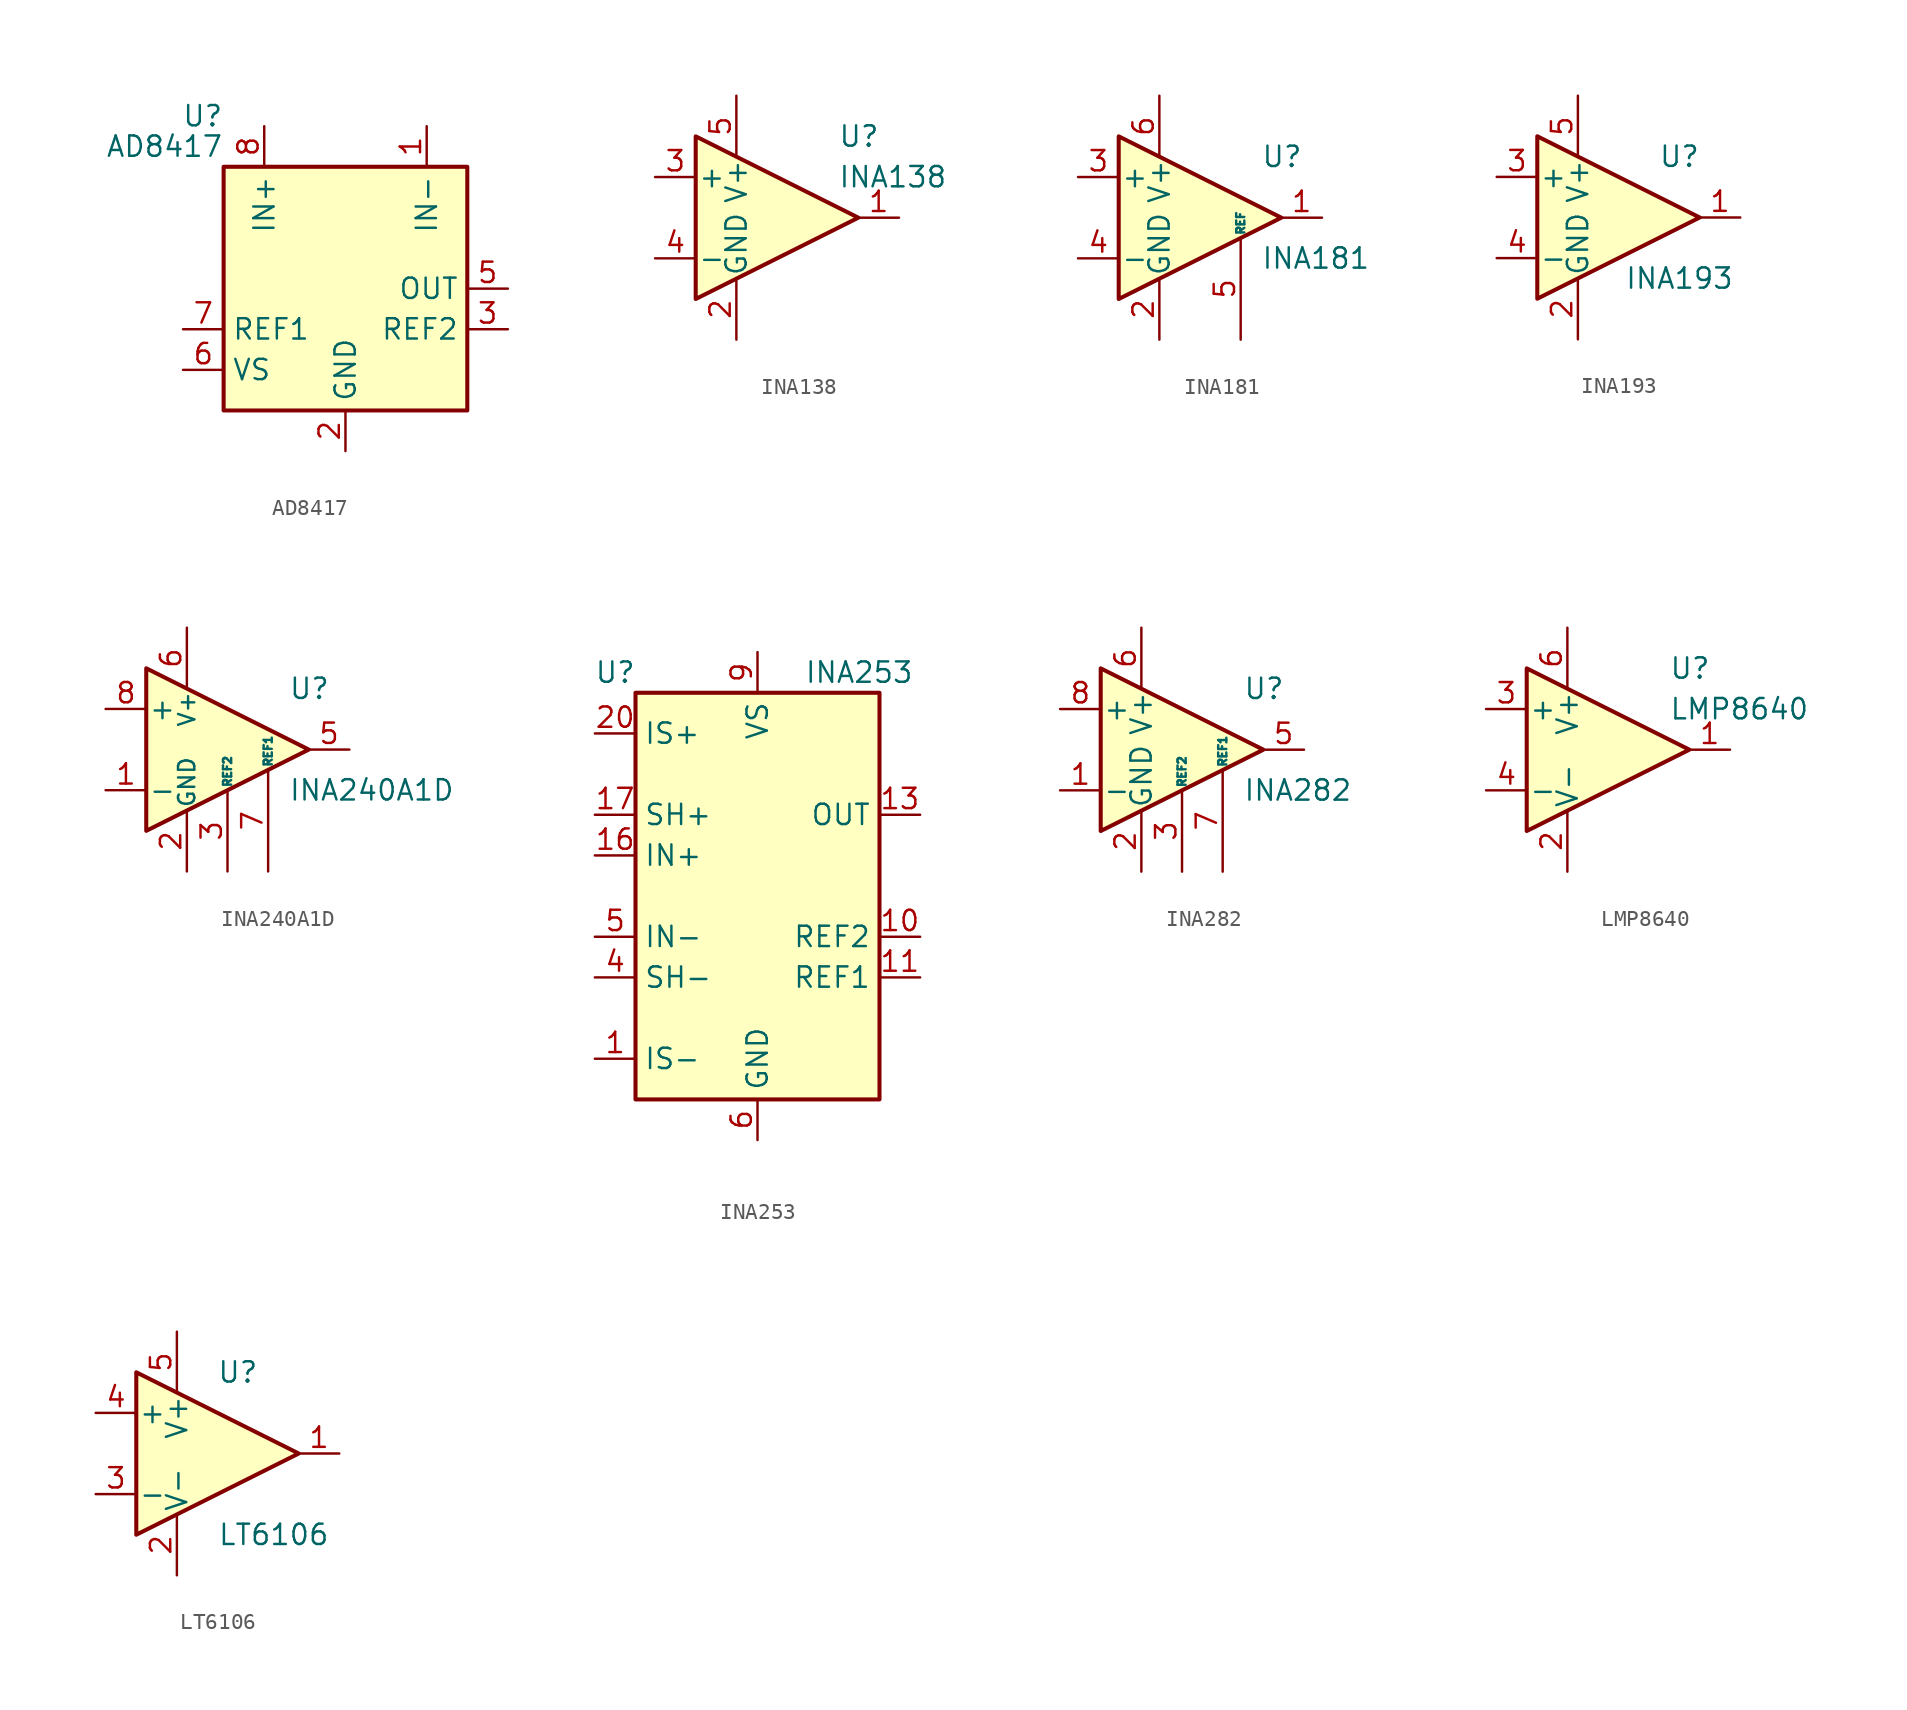
<source format=kicad_sym>
(kicad_symbol_lib
  (version 20211014)
  (generator kicad_symbol_editor)
  (symbol "AD8417"
    (property "Reference" "U"
      (at -7.62 10.795 0)
      (effects (font (size 1.27 1.27)) (justify right)))
    (property "Value" "AD8417"
      (at -7.62 8.89 0)
      (effects (font (size 1.27 1.27)) (justify right)))
    (symbol "AD8417_0_1"
      (rectangle (start -7.62 7.62) (end 7.62 -7.62) (stroke (width 0.254) (type default) (color 0 0 0 0)) (fill (type background))))
    (symbol "AD8417_1_1"
      (pin input line (at 5.08 10.16 270) (length 2.54) (name "IN-" (effects (font (size 1.27 1.27)))) (number "1" (effects (font (size 1.27 1.27)))))
      (pin power_in line (at 0 -10.16 90) (length 2.54) (name "GND" (effects (font (size 1.27 1.27)))) (number "2" (effects (font (size 1.27 1.27)))))
      (pin input line (at 10.16 -2.54 180) (length 2.54) (name "REF2" (effects (font (size 1.27 1.27)))) (number "3" (effects (font (size 1.27 1.27)))))
      (pin no_connect line (at 2.54 -7.62 90) (length 2.54) hide (name "NC" (effects (font (size 1.27 1.27)))) (number "4" (effects (font (size 1.27 1.27)))))
      (pin output line (at 10.16 0 180) (length 2.54) (name "OUT" (effects (font (size 1.27 1.27)))) (number "5" (effects (font (size 1.27 1.27)))))
      (pin power_in line (at -10.16 -5.08 0) (length 2.54) (name "VS" (effects (font (size 1.27 1.27)))) (number "6" (effects (font (size 1.27 1.27)))))
      (pin input line (at -10.16 -2.54 0) (length 2.54) (name "REF1" (effects (font (size 1.27 1.27)))) (number "7" (effects (font (size 1.27 1.27)))))
      (pin input line (at -5.08 10.16 270) (length 2.54) (name "IN+" (effects (font (size 1.27 1.27)))) (number "8" (effects (font (size 1.27 1.27)))))))
  (symbol "INA138"
    (pin_names
      (offset 0.127))
    (property "Reference" "U"
      (at 3.81 5.08 0)
      (effects (font (size 1.27 1.27)) (justify left)))
    (property "Value" "INA138"
      (at 3.81 2.54 0)
      (effects (font (size 1.27 1.27)) (justify left)))
    (symbol "INA138_0_1"
      (polyline (pts (xy -5.08 5.08) (xy 5.08 0) (xy -5.08 -5.08) (xy -5.08 5.08)) (stroke (width 0.254) (type default) (color 0 0 0 0)) (fill (type background))))
    (symbol "INA138_1_1"
      (pin output line (at 7.62 0 180) (length 2.54) (name "~" (effects (font (size 1.27 1.27)))) (number "1" (effects (font (size 1.27 1.27)))))
      (pin power_in line (at -2.54 -7.62 90) (length 3.81) (name "GND" (effects (font (size 1.27 1.27)))) (number "2" (effects (font (size 1.27 1.27)))))
      (pin input line (at -7.62 2.54 0) (length 2.54) (name "+" (effects (font (size 1.27 1.27)))) (number "3" (effects (font (size 1.27 1.27)))))
      (pin input line (at -7.62 -2.54 0) (length 2.54) (name "-" (effects (font (size 1.27 1.27)))) (number "4" (effects (font (size 1.27 1.27)))))
      (pin power_in line (at -2.54 7.62 270) (length 3.81) (name "V+" (effects (font (size 1.27 1.27)))) (number "5" (effects (font (size 1.27 1.27)))))))
  (symbol "INA181"
    (pin_names
      (offset 0.127))
    (property "Reference" "U"
      (at 3.81 3.81 0)
      (effects (font (size 1.27 1.27)) (justify left)))
    (property "Value" "INA181"
      (at 3.81 -2.54 0)
      (effects (font (size 1.27 1.27)) (justify left)))
    (symbol "INA181_0_1"
      (polyline (pts (xy 5.08 0) (xy -5.08 5.08) (xy -5.08 -5.08) (xy 5.08 0)) (stroke (width 0.254) (type default) (color 0 0 0 0)) (fill (type background))))
    (symbol "INA181_1_1"
      (pin output line (at 7.62 0 180) (length 2.54) (name "~" (effects (font (size 1.27 1.27)))) (number "1" (effects (font (size 1.27 1.27)))))
      (pin power_in line (at -2.54 -7.62 90) (length 3.81) (name "GND" (effects (font (size 1.27 1.27)))) (number "2" (effects (font (size 1.27 1.27)))))
      (pin input line (at -7.62 2.54 0) (length 2.54) (name "+" (effects (font (size 1.27 1.27)))) (number "3" (effects (font (size 1.27 1.27)))))
      (pin input line (at -7.62 -2.54 0) (length 2.54) (name "-" (effects (font (size 1.27 1.27)))) (number "4" (effects (font (size 1.27 1.27)))))
      (pin input line (at 2.54 -7.62 90) (length 6.35) (name "REF" (effects (font (size 0.508 0.508)))) (number "5" (effects (font (size 1.27 1.27)))))
      (pin power_in line (at -2.54 7.62 270) (length 3.81) (name "V+" (effects (font (size 1.27 1.27)))) (number "6" (effects (font (size 1.27 1.27)))))))
  (symbol "INA193"
    (pin_names
      (offset 0.127))
    (property "Reference" "U"
      (at 3.81 3.81 0)
      (effects (font (size 1.27 1.27))))
    (property "Value" "INA193"
      (at 3.81 -3.81 0)
      (effects (font (size 1.27 1.27))))
    (symbol "INA193_0_1"
      (polyline (pts (xy 5.08 0) (xy -5.08 5.08) (xy -5.08 -5.08) (xy 5.08 0)) (stroke (width 0.254) (type default) (color 0 0 0 0)) (fill (type background))))
    (symbol "INA193_1_1"
      (pin output line (at 7.62 0 180) (length 2.54) (name "~" (effects (font (size 1.27 1.27)))) (number "1" (effects (font (size 1.27 1.27)))))
      (pin power_in line (at -2.54 -7.62 90) (length 3.81) (name "GND" (effects (font (size 1.27 1.27)))) (number "2" (effects (font (size 1.27 1.27)))))
      (pin input line (at -7.62 2.54 0) (length 2.54) (name "+" (effects (font (size 1.27 1.27)))) (number "3" (effects (font (size 1.27 1.27)))))
      (pin input line (at -7.62 -2.54 0) (length 2.54) (name "-" (effects (font (size 1.27 1.27)))) (number "4" (effects (font (size 1.27 1.27)))))
      (pin power_in line (at -2.54 7.62 270) (length 3.81) (name "V+" (effects (font (size 1.27 1.27)))) (number "5" (effects (font (size 1.27 1.27)))))))
  (symbol "INA240A1D"
    (pin_names
      (offset 0.127))
    (property "Reference" "U"
      (at 3.81 3.81 0)
      (effects (font (size 1.27 1.27)) (justify left)))
    (property "Value" "INA240A1D"
      (at 3.81 -2.54 0)
      (effects (font (size 1.27 1.27)) (justify left)))
    (symbol "INA240A1D_0_1"
      (polyline (pts (xy 5.08 0) (xy -5.08 5.08) (xy -5.08 -5.08) (xy 5.08 0)) (stroke (width 0.254) (type default) (color 0 0 0 0)) (fill (type background))))
    (symbol "INA240A1D_1_1"
      (pin input line (at -7.62 -2.54 0) (length 2.54) (name "-" (effects (font (size 1.27 1.27)))) (number "1" (effects (font (size 1.27 1.27)))))
      (pin power_in line (at -2.54 -7.62 90) (length 3.81) (name "GND" (effects (font (size 1.016 1.016)))) (number "2" (effects (font (size 1.27 1.27)))))
      (pin passive line (at 0 -7.62 90) (length 5.08) (name "REF2" (effects (font (size 0.508 0.508)))) (number "3" (effects (font (size 1.27 1.27)))))
      (pin passive line (at -2.54 -7.62 90) (length 3.81) hide (name "GND" (effects (font (size 1.016 1.016)))) (number "4" (effects (font (size 1.27 1.27)))))
      (pin output line (at 7.62 0 180) (length 2.54) (name "~" (effects (font (size 1.27 1.27)))) (number "5" (effects (font (size 1.27 1.27)))))
      (pin power_in line (at -2.54 7.62 270) (length 3.81) (name "V+" (effects (font (size 1.016 1.016)))) (number "6" (effects (font (size 1.27 1.27)))))
      (pin passive line (at 2.54 -7.62 90) (length 6.35) (name "REF1" (effects (font (size 0.508 0.508)))) (number "7" (effects (font (size 1.27 1.27)))))
      (pin input line (at -7.62 2.54 0) (length 2.54) (name "+" (effects (font (size 1.27 1.27)))) (number "8" (effects (font (size 1.27 1.27)))))))
  (symbol "INA253"
    (property "Reference" "U"
      (at -8.89 13.97 0)
      (effects (font (size 1.27 1.27))))
    (property "Value" "INA253"
      (at 6.35 13.97 0)
      (effects (font (size 1.27 1.27))))
    (symbol "INA253_0_1"
      (rectangle (start -7.62 12.7) (end 7.62 -12.7) (stroke (width 0.254) (type default) (color 0 0 0 0)) (fill (type background))))
    (symbol "INA253_1_1"
      (pin passive line (at -10.16 -10.16 0) (length 2.54) (name "IS-" (effects (font (size 1.27 1.27)))) (number "1" (effects (font (size 1.27 1.27)))))
      (pin passive line (at 10.16 -2.54 180) (length 2.54) (name "REF2" (effects (font (size 1.27 1.27)))) (number "10" (effects (font (size 1.27 1.27)))))
      (pin passive line (at 10.16 -5.08 180) (length 2.54) (name "REF1" (effects (font (size 1.27 1.27)))) (number "11" (effects (font (size 1.27 1.27)))))
      (pin no_connect line (at 7.62 0 180) (length 2.54) hide (name "NC" (effects (font (size 1.27 1.27)))) (number "12" (effects (font (size 1.27 1.27)))))
      (pin output line (at 10.16 5.08 180) (length 2.54) (name "OUT" (effects (font (size 1.27 1.27)))) (number "13" (effects (font (size 1.27 1.27)))))
      (pin no_connect line (at 7.62 10.16 180) (length 2.54) hide (name "DNC2" (effects (font (size 1.27 1.27)))) (number "14" (effects (font (size 1.27 1.27)))))
      (pin passive line (at 0 -15.24 90) (length 2.54) hide (name "GND" (effects (font (size 1.27 1.27)))) (number "15" (effects (font (size 1.27 1.27)))))
      (pin passive line (at -10.16 2.54 0) (length 2.54) (name "IN+" (effects (font (size 1.27 1.27)))) (number "16" (effects (font (size 1.27 1.27)))))
      (pin passive line (at -10.16 5.08 0) (length 2.54) (name "SH+" (effects (font (size 1.27 1.27)))) (number "17" (effects (font (size 1.27 1.27)))))
      (pin passive line (at -10.16 10.16 0) (length 2.54) hide (name "IS+" (effects (font (size 1.27 1.27)))) (number "18" (effects (font (size 1.27 1.27)))))
      (pin passive line (at -10.16 10.16 0) (length 2.54) hide (name "IS+" (effects (font (size 1.27 1.27)))) (number "19" (effects (font (size 1.27 1.27)))))
      (pin passive line (at -10.16 -10.16 0) (length 2.54) hide (name "IS-" (effects (font (size 1.27 1.27)))) (number "2" (effects (font (size 1.27 1.27)))))
      (pin passive line (at -10.16 10.16 0) (length 2.54) (name "IS+" (effects (font (size 1.27 1.27)))) (number "20" (effects (font (size 1.27 1.27)))))
      (pin passive line (at -10.16 -10.16 0) (length 2.54) hide (name "IS-" (effects (font (size 1.27 1.27)))) (number "3" (effects (font (size 1.27 1.27)))))
      (pin passive line (at -10.16 -5.08 0) (length 2.54) (name "SH-" (effects (font (size 1.27 1.27)))) (number "4" (effects (font (size 1.27 1.27)))))
      (pin passive line (at -10.16 -2.54 0) (length 2.54) (name "IN-" (effects (font (size 1.27 1.27)))) (number "5" (effects (font (size 1.27 1.27)))))
      (pin power_in line (at 0 -15.24 90) (length 2.54) (name "GND" (effects (font (size 1.27 1.27)))) (number "6" (effects (font (size 1.27 1.27)))))
      (pin no_connect line (at 7.62 7.62 180) (length 2.54) hide (name "DNC1" (effects (font (size 1.27 1.27)))) (number "7" (effects (font (size 1.27 1.27)))))
      (pin no_connect line (at 7.62 2.54 180) (length 2.54) hide (name "NC" (effects (font (size 1.27 1.27)))) (number "8" (effects (font (size 1.27 1.27)))))
      (pin power_in line (at 0 15.24 270) (length 2.54) (name "VS" (effects (font (size 1.27 1.27)))) (number "9" (effects (font (size 1.27 1.27)))))))
  (symbol "INA282"
    (pin_names
      (offset 0.127))
    (property "Reference" "U"
      (at 3.81 3.81 0)
      (effects (font (size 1.27 1.27)) (justify left)))
    (property "Value" "INA282"
      (at 3.81 -2.54 0)
      (effects (font (size 1.27 1.27)) (justify left)))
    (symbol "INA282_0_1"
      (polyline (pts (xy 5.08 0) (xy -5.08 5.08) (xy -5.08 -5.08) (xy 5.08 0)) (stroke (width 0.254) (type default) (color 0 0 0 0)) (fill (type background))))
    (symbol "INA282_1_1"
      (pin input line (at -7.62 -2.54 0) (length 2.54) (name "-" (effects (font (size 1.27 1.27)))) (number "1" (effects (font (size 1.27 1.27)))))
      (pin power_in line (at -2.54 -7.62 90) (length 3.81) (name "GND" (effects (font (size 1.27 1.27)))) (number "2" (effects (font (size 1.27 1.27)))))
      (pin input line (at 0 -7.62 90) (length 5.08) (name "REF2" (effects (font (size 0.508 0.508)))) (number "3" (effects (font (size 1.27 1.27)))))
      (pin no_connect line (at -5.08 0 0) (length 2.54) hide (name "NC" (effects (font (size 1.27 1.27)))) (number "4" (effects (font (size 1.27 1.27)))))
      (pin input line (at 7.62 0 180) (length 2.54) (name "~" (effects (font (size 1.27 1.27)))) (number "5" (effects (font (size 1.27 1.27)))))
      (pin input line (at -2.54 7.62 270) (length 3.81) (name "V+" (effects (font (size 1.27 1.27)))) (number "6" (effects (font (size 1.27 1.27)))))
      (pin input line (at 2.54 -7.62 90) (length 6.35) (name "REF1" (effects (font (size 0.508 0.508)))) (number "7" (effects (font (size 1.27 1.27)))))
      (pin input line (at -7.62 2.54 0) (length 2.54) (name "+" (effects (font (size 1.27 1.27)))) (number "8" (effects (font (size 1.27 1.27)))))))
  (symbol "LMP8640"
    (pin_names
      (offset 0.127))
    (property "Reference" "U"
      (at 3.81 5.08 0)
      (effects (font (size 1.27 1.27)) (justify left)))
    (property "Value" "LMP8640"
      (at 3.81 2.54 0)
      (effects (font (size 1.27 1.27)) (justify left)))
    (symbol "LMP8640_0_1"
      (polyline (pts (xy -5.08 5.08) (xy 5.08 0) (xy -5.08 -5.08) (xy -5.08 5.08)) (stroke (width 0.254) (type default) (color 0 0 0 0)) (fill (type background))))
    (symbol "LMP8640_1_1"
      (pin output line (at 7.62 0 180) (length 2.54) (name "~" (effects (font (size 1.27 1.27)))) (number "1" (effects (font (size 1.27 1.27)))))
      (pin power_in line (at -2.54 -7.62 90) (length 3.81) (name "V-" (effects (font (size 1.27 1.27)))) (number "2" (effects (font (size 1.27 1.27)))))
      (pin input line (at -7.62 2.54 0) (length 2.54) (name "+" (effects (font (size 1.27 1.27)))) (number "3" (effects (font (size 1.27 1.27)))))
      (pin input line (at -7.62 -2.54 0) (length 2.54) (name "-" (effects (font (size 1.27 1.27)))) (number "4" (effects (font (size 1.27 1.27)))))
      (pin power_in line (at -2.54 7.62 270) (length 3.81) (name "V+" (effects (font (size 1.27 1.27)))) (number "6" (effects (font (size 1.27 1.27)))))))
  (symbol "LT6106"
    (pin_names
      (offset 0.127))
    (property "Reference" "U"
      (at 1.27 5.08 0)
      (effects (font (size 1.27 1.27))))
    (property "Value" "LT6106"
      (at 0 -5.08 0)
      (effects (font (size 1.27 1.27)) (justify left)))
    (symbol "LT6106_0_1"
      (polyline (pts (xy -5.08 5.08) (xy 5.08 0) (xy -5.08 -5.08) (xy -5.08 5.08)) (stroke (width 0.254) (type default) (color 0 0 0 0)) (fill (type background))))
    (symbol "LT6106_1_1"
      (pin open_collector line (at 7.62 0 180) (length 2.54) (name "~" (effects (font (size 1.27 1.27)))) (number "1" (effects (font (size 1.27 1.27)))))
      (pin power_in line (at -2.54 -7.62 90) (length 3.81) (name "V-" (effects (font (size 1.27 1.27)))) (number "2" (effects (font (size 1.27 1.27)))))
      (pin input line (at -7.62 -2.54 0) (length 2.54) (name "-" (effects (font (size 1.27 1.27)))) (number "3" (effects (font (size 1.27 1.27)))))
      (pin input line (at -7.62 2.54 0) (length 2.54) (name "+" (effects (font (size 1.27 1.27)))) (number "4" (effects (font (size 1.27 1.27)))))
      (pin power_in line (at -2.54 7.62 270) (length 3.81) (name "V+" (effects (font (size 1.27 1.27)))) (number "5" (effects (font (size 1.27 1.27))))))))
</source>
